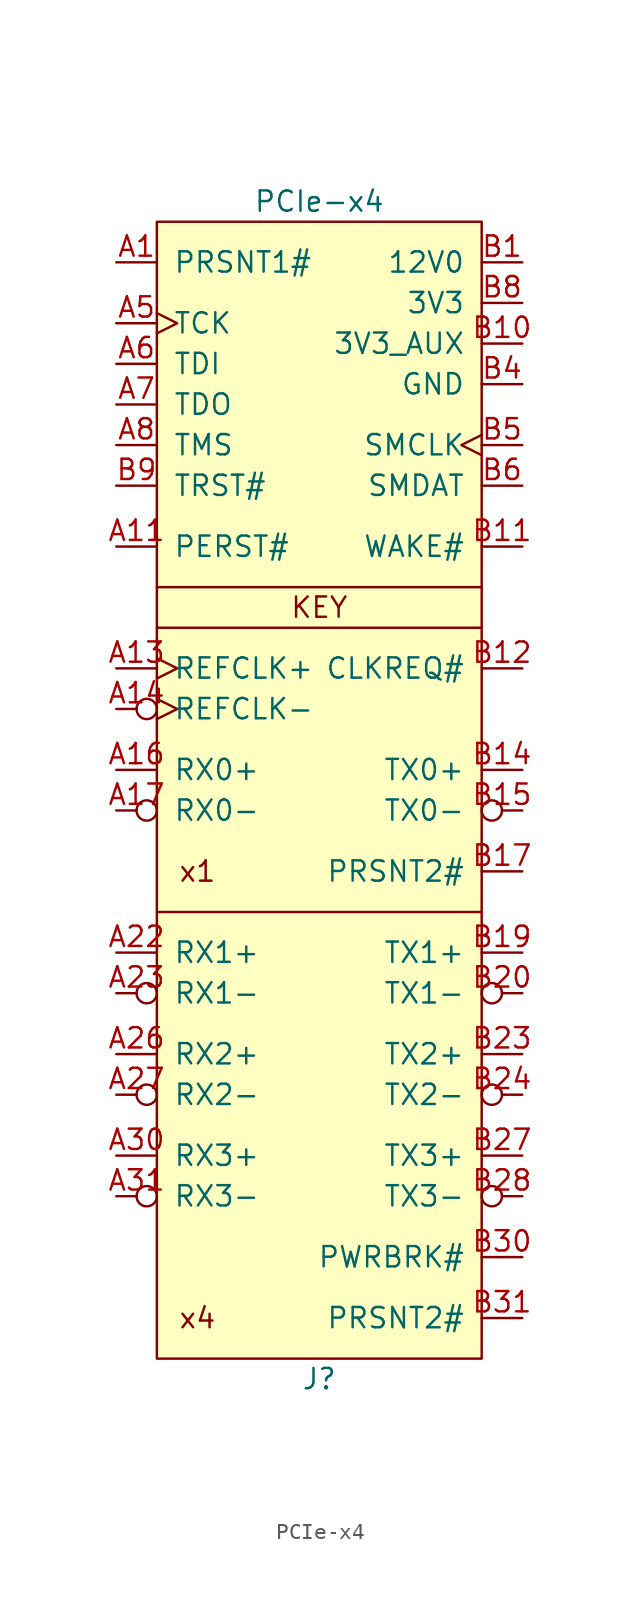
<source format=kicad_sym>
(kicad_symbol_lib
  (version 20201005)
  (generator kicad_symbol_editor)
  (symbol "lethalbit-pcie:PCIe-x4"
    (pin_names
      (offset 1.016))
    (property "Reference" "J"
      (at 0 -48.26 0)
      (effects (font (size 1.27 1.27))))
    (property "Value" "PCIe-x4"
      (at 0 25.4 0)
      (effects (font (size 1.27 1.27))))
    (symbol "PCIe-x4_0_0"
      (text "KEY" (at 0 0 0) (effects (font (size 1.27 1.27))))
      (text "x1" (at -7.62 -16.51 0) (effects (font (size 1.27 1.27))))
      (text "x4" (at -7.62 -44.45 0) (effects (font (size 1.27 1.27))))
      (polyline (pts (xy 10.16 -19.05) (xy -10.16 -19.05)) (stroke (width 0)) (fill (type none)))
      (polyline (pts (xy 10.16 1.27) (xy -10.16 1.27)) (stroke (width 0)) (fill (type none))))
    (symbol "PCIe-x4_0_1"
      (rectangle (start -10.16 -46.99) (end 10.16 24.13) (stroke (width 0)) (fill (type background)))
      (polyline (pts (xy -10.16 -1.27) (xy 10.16 -1.27)) (stroke (width 0)) (fill (type none))))
    (symbol "PCIe-x4_1_1"
      (pin passive line (at -12.7 21.59 0) (length 2.54) (name "PRSNT1#" (effects (font (size 1.27 1.27)))) (number "A1" (effects (font (size 1.27 1.27)))))
      (pin passive line (at 12.7 19.05 180) (length 2.54) hide (name "3V3" (effects (font (size 1.27 1.27)))) (number "A10" (effects (font (size 1.27 1.27)))))
      (pin input line (at -12.7 3.81 0) (length 2.54) (name "PERST#" (effects (font (size 1.27 1.27)))) (number "A11" (effects (font (size 1.27 1.27)))))
      (pin passive line (at 12.7 13.97 180) (length 2.54) hide (name "GND" (effects (font (size 1.27 1.27)))) (number "A12" (effects (font (size 1.27 1.27)))))
      (pin input clock (at -12.7 -3.81 0) (length 2.54) (name "REFCLK+" (effects (font (size 1.27 1.27)))) (number "A13" (effects (font (size 1.27 1.27)))))
      (pin input inverted_clock (at -12.7 -6.35 0) (length 2.54) (name "REFCLK-" (effects (font (size 1.27 1.27)))) (number "A14" (effects (font (size 1.27 1.27)))))
      (pin passive line (at 12.7 13.97 180) (length 2.54) hide (name "GND" (effects (font (size 1.27 1.27)))) (number "A15" (effects (font (size 1.27 1.27)))))
      (pin input line (at -12.7 -10.16 0) (length 2.54) (name "RX0+" (effects (font (size 1.27 1.27)))) (number "A16" (effects (font (size 1.27 1.27)))))
      (pin input inverted (at -12.7 -12.7 0) (length 2.54) (name "RX0-" (effects (font (size 1.27 1.27)))) (number "A17" (effects (font (size 1.27 1.27)))))
      (pin passive line (at 12.7 13.97 180) (length 2.54) hide (name "GND" (effects (font (size 1.27 1.27)))) (number "A18" (effects (font (size 1.27 1.27)))))
      (pin no_connect non_logic (at 12.7 -7.62 180) (length 2.54) hide (name "RSVD" (effects (font (size 1.27 1.27)))) (number "A19" (effects (font (size 1.27 1.27)))))
      (pin passive line (at 12.7 21.59 180) (length 2.54) hide (name "12V0" (effects (font (size 1.27 1.27)))) (number "A2" (effects (font (size 1.27 1.27)))))
      (pin passive line (at 12.7 13.97 180) (length 2.54) hide (name "GND" (effects (font (size 1.27 1.27)))) (number "A20" (effects (font (size 1.27 1.27)))))
      (pin passive line (at 12.7 13.97 180) (length 2.54) hide (name "GND" (effects (font (size 1.27 1.27)))) (number "A21" (effects (font (size 1.27 1.27)))))
      (pin input line (at -12.7 -21.59 0) (length 2.54) (name "RX1+" (effects (font (size 1.27 1.27)))) (number "A22" (effects (font (size 1.27 1.27)))))
      (pin input inverted (at -12.7 -24.13 0) (length 2.54) (name "RX1-" (effects (font (size 1.27 1.27)))) (number "A23" (effects (font (size 1.27 1.27)))))
      (pin passive line (at 12.7 13.97 180) (length 2.54) hide (name "GND" (effects (font (size 1.27 1.27)))) (number "A24" (effects (font (size 1.27 1.27)))))
      (pin passive line (at 12.7 13.97 180) (length 2.54) hide (name "GND" (effects (font (size 1.27 1.27)))) (number "A25" (effects (font (size 1.27 1.27)))))
      (pin input line (at -12.7 -27.94 0) (length 2.54) (name "RX2+" (effects (font (size 1.27 1.27)))) (number "A26" (effects (font (size 1.27 1.27)))))
      (pin input inverted (at -12.7 -30.48 0) (length 2.54) (name "RX2-" (effects (font (size 1.27 1.27)))) (number "A27" (effects (font (size 1.27 1.27)))))
      (pin passive line (at 12.7 13.97 180) (length 2.54) hide (name "GND" (effects (font (size 1.27 1.27)))) (number "A28" (effects (font (size 1.27 1.27)))))
      (pin passive line (at 12.7 13.97 180) (length 2.54) hide (name "GND" (effects (font (size 1.27 1.27)))) (number "A29" (effects (font (size 1.27 1.27)))))
      (pin passive line (at 12.7 21.59 180) (length 2.54) hide (name "12V0" (effects (font (size 1.27 1.27)))) (number "A3" (effects (font (size 1.27 1.27)))))
      (pin input line (at -12.7 -34.29 0) (length 2.54) (name "RX3+" (effects (font (size 1.27 1.27)))) (number "A30" (effects (font (size 1.27 1.27)))))
      (pin input inverted (at -12.7 -36.83 0) (length 2.54) (name "RX3-" (effects (font (size 1.27 1.27)))) (number "A31" (effects (font (size 1.27 1.27)))))
      (pin passive line (at 12.7 13.97 180) (length 2.54) hide (name "GND" (effects (font (size 1.27 1.27)))) (number "A32" (effects (font (size 1.27 1.27)))))
      (pin passive line (at 12.7 13.97 180) (length 2.54) hide (name "GND" (effects (font (size 1.27 1.27)))) (number "A4" (effects (font (size 1.27 1.27)))))
      (pin input clock (at -12.7 17.78 0) (length 2.54) (name "TCK" (effects (font (size 1.27 1.27)))) (number "A5" (effects (font (size 1.27 1.27)))))
      (pin input line (at -12.7 15.24 0) (length 2.54) (name "TDI" (effects (font (size 1.27 1.27)))) (number "A6" (effects (font (size 1.27 1.27)))))
      (pin output line (at -12.7 12.7 0) (length 2.54) (name "TDO" (effects (font (size 1.27 1.27)))) (number "A7" (effects (font (size 1.27 1.27)))))
      (pin input line (at -12.7 10.16 0) (length 2.54) (name "TMS" (effects (font (size 1.27 1.27)))) (number "A8" (effects (font (size 1.27 1.27)))))
      (pin passive line (at 12.7 19.05 180) (length 2.54) hide (name "3V3" (effects (font (size 1.27 1.27)))) (number "A9" (effects (font (size 1.27 1.27)))))
      (pin power_out line (at 12.7 21.59 180) (length 2.54) (name "12V0" (effects (font (size 1.27 1.27)))) (number "B1" (effects (font (size 1.27 1.27)))))
      (pin power_out line (at 12.7 16.51 180) (length 2.54) (name "3V3_AUX" (effects (font (size 1.27 1.27)))) (number "B10" (effects (font (size 1.27 1.27)))))
      (pin open_emitter line (at 12.7 3.81 180) (length 2.54) (name "WAKE#" (effects (font (size 1.27 1.27)))) (number "B11" (effects (font (size 1.27 1.27)))))
      (pin open_emitter line (at 12.7 -3.81 180) (length 2.54) (name "CLKREQ#" (effects (font (size 1.27 1.27)))) (number "B12" (effects (font (size 1.27 1.27)))))
      (pin passive line (at 12.7 13.97 180) (length 2.54) hide (name "GND" (effects (font (size 1.27 1.27)))) (number "B13" (effects (font (size 1.27 1.27)))))
      (pin output line (at 12.7 -10.16 180) (length 2.54) (name "TX0+" (effects (font (size 1.27 1.27)))) (number "B14" (effects (font (size 1.27 1.27)))))
      (pin output inverted (at 12.7 -12.7 180) (length 2.54) (name "TX0-" (effects (font (size 1.27 1.27)))) (number "B15" (effects (font (size 1.27 1.27)))))
      (pin passive line (at 12.7 13.97 180) (length 2.54) hide (name "GND" (effects (font (size 1.27 1.27)))) (number "B16" (effects (font (size 1.27 1.27)))))
      (pin passive line (at 12.7 -16.51 180) (length 2.54) (name "PRSNT2#" (effects (font (size 1.27 1.27)))) (number "B17" (effects (font (size 1.27 1.27)))))
      (pin passive line (at 12.7 13.97 180) (length 2.54) hide (name "GND" (effects (font (size 1.27 1.27)))) (number "B18" (effects (font (size 1.27 1.27)))))
      (pin output line (at 12.7 -21.59 180) (length 2.54) (name "TX1+" (effects (font (size 1.27 1.27)))) (number "B19" (effects (font (size 1.27 1.27)))))
      (pin passive line (at 12.7 21.59 180) (length 2.54) hide (name "12V0" (effects (font (size 1.27 1.27)))) (number "B2" (effects (font (size 1.27 1.27)))))
      (pin output inverted (at 12.7 -24.13 180) (length 2.54) (name "TX1-" (effects (font (size 1.27 1.27)))) (number "B20" (effects (font (size 1.27 1.27)))))
      (pin passive line (at 12.7 13.97 180) (length 2.54) hide (name "GND" (effects (font (size 1.27 1.27)))) (number "B21" (effects (font (size 1.27 1.27)))))
      (pin passive line (at 12.7 13.97 180) (length 2.54) hide (name "GND" (effects (font (size 1.27 1.27)))) (number "B22" (effects (font (size 1.27 1.27)))))
      (pin output line (at 12.7 -27.94 180) (length 2.54) (name "TX2+" (effects (font (size 1.27 1.27)))) (number "B23" (effects (font (size 1.27 1.27)))))
      (pin output inverted (at 12.7 -30.48 180) (length 2.54) (name "TX2-" (effects (font (size 1.27 1.27)))) (number "B24" (effects (font (size 1.27 1.27)))))
      (pin passive line (at 12.7 13.97 180) (length 2.54) hide (name "GND" (effects (font (size 1.27 1.27)))) (number "B25" (effects (font (size 1.27 1.27)))))
      (pin passive line (at 12.7 13.97 180) (length 2.54) hide (name "GND" (effects (font (size 1.27 1.27)))) (number "B26" (effects (font (size 1.27 1.27)))))
      (pin output line (at 12.7 -34.29 180) (length 2.54) (name "TX3+" (effects (font (size 1.27 1.27)))) (number "B27" (effects (font (size 1.27 1.27)))))
      (pin output inverted (at 12.7 -36.83 180) (length 2.54) (name "TX3-" (effects (font (size 1.27 1.27)))) (number "B28" (effects (font (size 1.27 1.27)))))
      (pin passive line (at 12.7 13.97 180) (length 2.54) hide (name "GND" (effects (font (size 1.27 1.27)))) (number "B29" (effects (font (size 1.27 1.27)))))
      (pin passive line (at 12.7 21.59 180) (length 2.54) hide (name "12V0" (effects (font (size 1.27 1.27)))) (number "B3" (effects (font (size 1.27 1.27)))))
      (pin open_emitter line (at 12.7 -40.64 180) (length 2.54) (name "PWRBRK#" (effects (font (size 1.27 1.27)))) (number "B30" (effects (font (size 1.27 1.27)))))
      (pin passive line (at 12.7 -44.45 180) (length 2.54) (name "PRSNT2#" (effects (font (size 1.27 1.27)))) (number "B31" (effects (font (size 1.27 1.27)))))
      (pin passive line (at 12.7 13.97 180) (length 2.54) hide (name "GND" (effects (font (size 1.27 1.27)))) (number "B32" (effects (font (size 1.27 1.27)))))
      (pin passive line (at 12.7 13.97 180) (length 2.54) (name "GND" (effects (font (size 1.27 1.27)))) (number "B4" (effects (font (size 1.27 1.27)))))
      (pin open_emitter clock (at 12.7 10.16 180) (length 2.54) (name "SMCLK" (effects (font (size 1.27 1.27)))) (number "B5" (effects (font (size 1.27 1.27)))))
      (pin open_emitter line (at 12.7 7.62 180) (length 2.54) (name "SMDAT" (effects (font (size 1.27 1.27)))) (number "B6" (effects (font (size 1.27 1.27)))))
      (pin passive line (at 12.7 13.97 180) (length 2.54) hide (name "GND" (effects (font (size 1.27 1.27)))) (number "B7" (effects (font (size 1.27 1.27)))))
      (pin power_out line (at 12.7 19.05 180) (length 2.54) (name "3V3" (effects (font (size 1.27 1.27)))) (number "B8" (effects (font (size 1.27 1.27)))))
      (pin input line (at -12.7 7.62 0) (length 2.54) (name "TRST#" (effects (font (size 1.27 1.27)))) (number "B9" (effects (font (size 1.27 1.27)))))
      (pin passive line (at 12.7 13.97 180) (length 2.54) hide (name "GND" (effects (font (size 1.27 1.27)))) (number "G1" (effects (font (size 1.27 1.27)))))
      (pin passive line (at 12.7 13.97 180) (length 2.54) hide (name "GND" (effects (font (size 1.27 1.27)))) (number "G2" (effects (font (size 1.27 1.27))))))))
</source>
